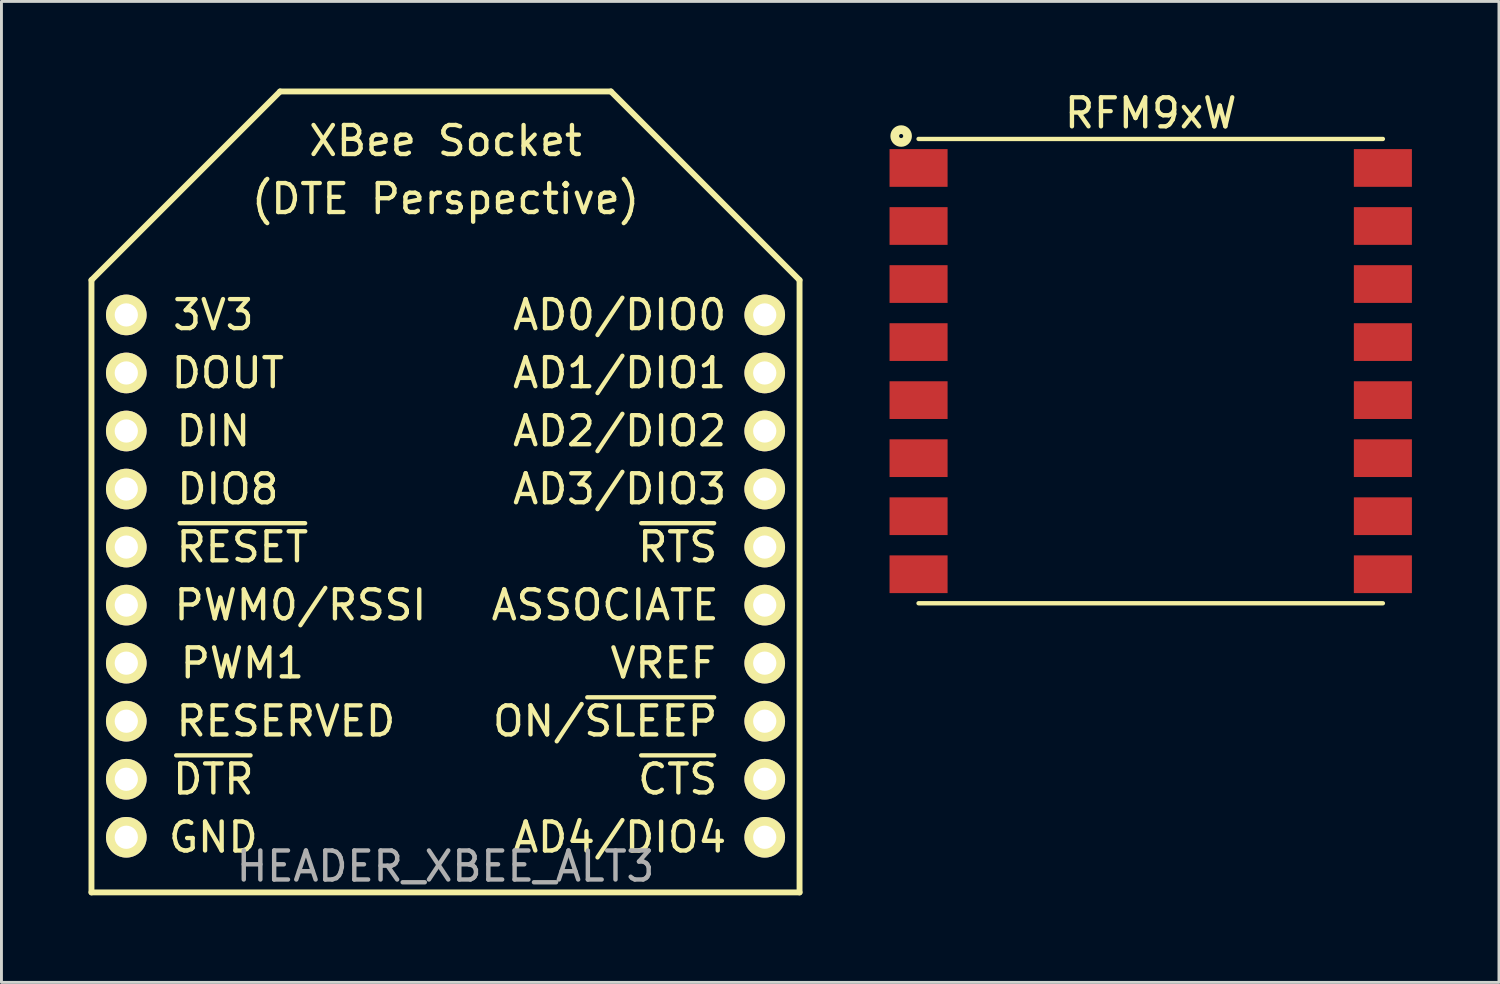
<source format=kicad_pcb>
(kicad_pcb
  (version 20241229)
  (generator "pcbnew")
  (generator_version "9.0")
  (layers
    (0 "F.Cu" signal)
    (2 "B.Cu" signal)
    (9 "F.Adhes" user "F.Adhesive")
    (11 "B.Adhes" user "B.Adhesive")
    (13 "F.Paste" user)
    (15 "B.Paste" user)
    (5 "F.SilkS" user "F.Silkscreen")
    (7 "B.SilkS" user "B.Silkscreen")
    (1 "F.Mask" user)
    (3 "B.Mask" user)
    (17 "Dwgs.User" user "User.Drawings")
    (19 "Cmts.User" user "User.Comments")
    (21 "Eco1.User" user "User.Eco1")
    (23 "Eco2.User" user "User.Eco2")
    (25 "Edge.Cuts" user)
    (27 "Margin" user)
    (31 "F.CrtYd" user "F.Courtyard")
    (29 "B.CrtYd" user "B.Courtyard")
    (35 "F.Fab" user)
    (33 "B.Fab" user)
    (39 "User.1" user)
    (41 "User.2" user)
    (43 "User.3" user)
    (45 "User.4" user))
  (footprint "RFM9xW"
    (layer "F.Cu")
    (at 36.603 9.738)
    (property "Reference" "RFM9xW" (at 0 -8.89 0) (layer "F.SilkS") (effects (font (size 1 1) (thickness 0.15))))
    (attr through_hole)
    (fp_line (start -8 -8) (end 8 -8) (stroke (width 0.15) (type solid)) (layer "F.SilkS"))
    (fp_line (start -8 8) (end 8 8) (stroke (width 0.15) (type solid)) (layer "F.SilkS"))
    (fp_circle (center -8.6 -8.1) (end -8.65 -8.15) (stroke (width 0.3) (type solid)) (fill no) (layer "F.SilkS"))
    (pad "1" smd rect (at -8 -7) (size 2 1.3) (layers "F.Cu" "F.Mask" "F.Paste"))
    (pad "2" smd rect (at -8 -5) (size 2 1.3) (layers "F.Cu" "F.Mask" "F.Paste"))
    (pad "3" smd rect (at -8 -3) (size 2 1.3) (layers "F.Cu" "F.Mask" "F.Paste"))
    (pad "4" smd rect (at -8 -1) (size 2 1.3) (layers "F.Cu" "F.Mask" "F.Paste"))
    (pad "5" smd rect (at -8 1) (size 2 1.3) (layers "F.Cu" "F.Mask" "F.Paste"))
    (pad "6" smd rect (at -8 3) (size 2 1.3) (layers "F.Cu" "F.Mask" "F.Paste"))
    (pad "7" smd rect (at -8 5) (size 2 1.3) (layers "F.Cu" "F.Mask" "F.Paste"))
    (pad "8" smd rect (at -8 7) (size 2 1.3) (layers "F.Cu" "F.Mask" "F.Paste"))
    (pad "9" smd rect (at 8 7) (size 2 1.3) (layers "F.Cu" "F.Mask" "F.Paste"))
    (pad "10" smd rect (at 8 5) (size 2 1.3) (layers "F.Cu" "F.Mask" "F.Paste"))
    (pad "11" smd rect (at 8 3) (size 2 1.3) (layers "F.Cu" "F.Mask" "F.Paste"))
    (pad "12" smd rect (at 8 1) (size 2 1.3) (layers "F.Cu" "F.Mask" "F.Paste"))
    (pad "13" smd rect (at 8 -1) (size 2 1.3) (layers "F.Cu" "F.Mask" "F.Paste"))
    (pad "14" smd rect (at 8 -3) (size 2 1.3) (layers "F.Cu" "F.Mask" "F.Paste"))
    (pad "15" smd rect (at 8 -5) (size 2 1.3) (layers "F.Cu" "F.Mask" "F.Paste"))
    (pad "16" smd rect (at 8 -7) (size 2 1.3) (layers "F.Cu" "F.Mask" "F.Paste")))
  (footprint "HEADER_XBEE_ALT3"
    (layer "F.Cu")
    (at 12.302 15.802)
    (property "Reference" "HEADER_XBEE_ALT3" (at 0 11 0) (layer "F.Fab") (effects (font (size 1 1) (thickness 0.152))))
    (attr through_hole)
    (fp_line (start -12.2 -9.2) (end -5.7 -15.7) (stroke (width 0.203) (type solid)) (layer "F.SilkS"))
    (fp_line (start -12.2 11.9) (end -12.2 -9.2) (stroke (width 0.203) (type solid)) (layer "F.SilkS"))
    (fp_line (start -12.2 11.9) (end 12.2 11.9) (stroke (width 0.203) (type solid)) (layer "F.SilkS"))
    (fp_line (start -5.7 -15.7) (end 5.7 -15.7) (stroke (width 0.203) (type solid)) (layer "F.SilkS"))
    (fp_line (start 5.7 -15.7) (end 12.2 -9.2) (stroke (width 0.203) (type solid)) (layer "F.SilkS"))
    (fp_line (start 12.2 11.9) (end 12.2 -9.2) (stroke (width 0.203) (type solid)) (layer "F.SilkS"))
    (fp_text user "GND" (at -8 10 0) (layer "F.SilkS") (effects (font (size 1 1) (thickness 0.15))))
    (fp_text user "RESERVED" (at -5.5 6 0) (layer "F.SilkS") (effects (font (size 1 1) (thickness 0.15))))
    (fp_text user "AD3/DIO3" (at 6 -2 0) (layer "F.SilkS") (effects (font (size 1 1) (thickness 0.15))))
    (fp_text user "DOUT" (at -7.5 -6 0) (layer "F.SilkS") (effects (font (size 1 1) (thickness 0.15))))
    (fp_text user "AD2/DIO2" (at 6 -4 0) (layer "F.SilkS") (effects (font (size 1 1) (thickness 0.15))))
    (fp_text user "AD0/DIO0" (at 6 -8 0) (layer "F.SilkS") (effects (font (size 1 1) (thickness 0.15))))
    (fp_text user "AD1/DIO1" (at 6 -6 0) (layer "F.SilkS") (effects (font (size 1 1) (thickness 0.15))))
    (fp_text user "DIO8" (at -7.5 -2 0) (layer "F.SilkS") (effects (font (size 1 1) (thickness 0.15))))
    (fp_text user "PWM1" (at -7 4 0) (layer "F.SilkS") (effects (font (size 1 1) (thickness 0.15))))
    (fp_text user "3V3" (at -8 -8 0) (layer "F.SilkS") (effects (font (size 1 1) (thickness 0.15))))
    (fp_text user "~{RESET}" (at -7 0 0) (layer "F.SilkS") (effects (font (size 1 1) (thickness 0.15))))
    (fp_text user "(DTE Perspective)" (at 0 -12 0) (layer "F.SilkS") (effects (font (size 1 1) (thickness 0.15))))
    (fp_text user "DIN" (at -8 -4 0) (layer "F.SilkS") (effects (font (size 1 1) (thickness 0.15))))
    (fp_text user "ON/~{SLEEP}" (at 5.5 6 0) (layer "F.SilkS") (effects (font (size 1 1) (thickness 0.15))))
    (fp_text user "~{CTS}" (at 8 8 0) (layer "F.SilkS") (effects (font (size 1 1) (thickness 0.15))))
    (fp_text user "PWM0/RSSI" (at -5 2 0) (layer "F.SilkS") (effects (font (size 1 1) (thickness 0.15))))
    (fp_text user "AD4/DIO4" (at 6 10 0) (layer "F.SilkS") (effects (font (size 1 1) (thickness 0.15))))
    (fp_text user "~{DTR}" (at -8 8 0) (layer "F.SilkS") (effects (font (size 1 1) (thickness 0.15))))
    (fp_text user "ASSOCIATE" (at 5.5 2 0) (layer "F.SilkS") (effects (font (size 1 1) (thickness 0.15))))
    (fp_text user "VREF" (at 7.5 4 0) (layer "F.SilkS") (effects (font (size 1 1) (thickness 0.15))))
    (fp_text user "~{RTS}" (at 8 0 0) (layer "F.SilkS") (effects (font (size 1 1) (thickness 0.15))))
    (fp_text user "XBee Socket" (at 0 -14 0) (layer "F.SilkS") (effects (font (size 1 1) (thickness 0.15))))
    (pad "1" thru_hole circle (at -11 -8) (size 1.4 1.4) (drill 0.8) (layers "*.Cu" "*.Mask" "F.SilkS"))
    (pad "2" thru_hole circle (at -11 -6) (size 1.4 1.4) (drill 0.8) (layers "*.Cu" "*.Mask" "F.SilkS"))
    (pad "3" thru_hole circle (at -11 -4) (size 1.4 1.4) (drill 0.8) (layers "*.Cu" "*.Mask" "F.SilkS"))
    (pad "4" thru_hole circle (at -11 -2) (size 1.4 1.4) (drill 0.8) (layers "*.Cu" "*.Mask" "F.SilkS"))
    (pad "5" thru_hole circle (at -11 0) (size 1.4 1.4) (drill 0.8) (layers "*.Cu" "*.Mask" "F.SilkS"))
    (pad "6" thru_hole circle (at -11 2) (size 1.4 1.4) (drill 0.8) (layers "*.Cu" "*.Mask" "F.SilkS"))
    (pad "7" thru_hole circle (at -11 4) (size 1.4 1.4) (drill 0.8) (layers "*.Cu" "*.Mask" "F.SilkS"))
    (pad "8" thru_hole circle (at -11 6) (size 1.4 1.4) (drill 0.8) (layers "*.Cu" "*.Mask" "F.SilkS"))
    (pad "9" thru_hole circle (at -11 8) (size 1.4 1.4) (drill 0.8) (layers "*.Cu" "*.Mask" "F.SilkS"))
    (pad "10" thru_hole circle (at -11 10) (size 1.4 1.4) (drill 0.8) (layers "*.Cu" "*.Mask" "F.SilkS"))
    (pad "11" thru_hole circle (at 11 10) (size 1.4 1.4) (drill 0.8) (layers "*.Cu" "*.Mask" "F.SilkS"))
    (pad "12" thru_hole circle (at 11 8) (size 1.4 1.4) (drill 0.8) (layers "*.Cu" "*.Mask" "F.SilkS"))
    (pad "13" thru_hole circle (at 11 6) (size 1.4 1.4) (drill 0.8) (layers "*.Cu" "*.Mask" "F.SilkS"))
    (pad "14" thru_hole circle (at 11 4) (size 1.4 1.4) (drill 0.8) (layers "*.Cu" "*.Mask" "F.SilkS"))
    (pad "15" thru_hole circle (at 11 2) (size 1.4 1.4) (drill 0.8) (layers "*.Cu" "*.Mask" "F.SilkS"))
    (pad "16" thru_hole circle (at 11 0) (size 1.4 1.4) (drill 0.8) (layers "*.Cu" "*.Mask" "F.SilkS"))
    (pad "17" thru_hole circle (at 11 -2) (size 1.4 1.4) (drill 0.8) (layers "*.Cu" "*.Mask" "F.SilkS"))
    (pad "18" thru_hole circle (at 11 -4) (size 1.4 1.4) (drill 0.8) (layers "*.Cu" "*.Mask" "F.SilkS"))
    (pad "19" thru_hole circle (at 11 -6) (size 1.4 1.4) (drill 0.8) (layers "*.Cu" "*.Mask" "F.SilkS"))
    (pad "20" thru_hole circle (at 11 -8) (size 1.4 1.4) (drill 0.8) (layers "*.Cu" "*.Mask" "F.SilkS")))
  (gr_rect
    (start -3 -3)
    (end 48.603 30.803)
    (stroke (width 0.1) (type default))
    (fill no)
    (layer "Edge.Cuts")))
</source>
